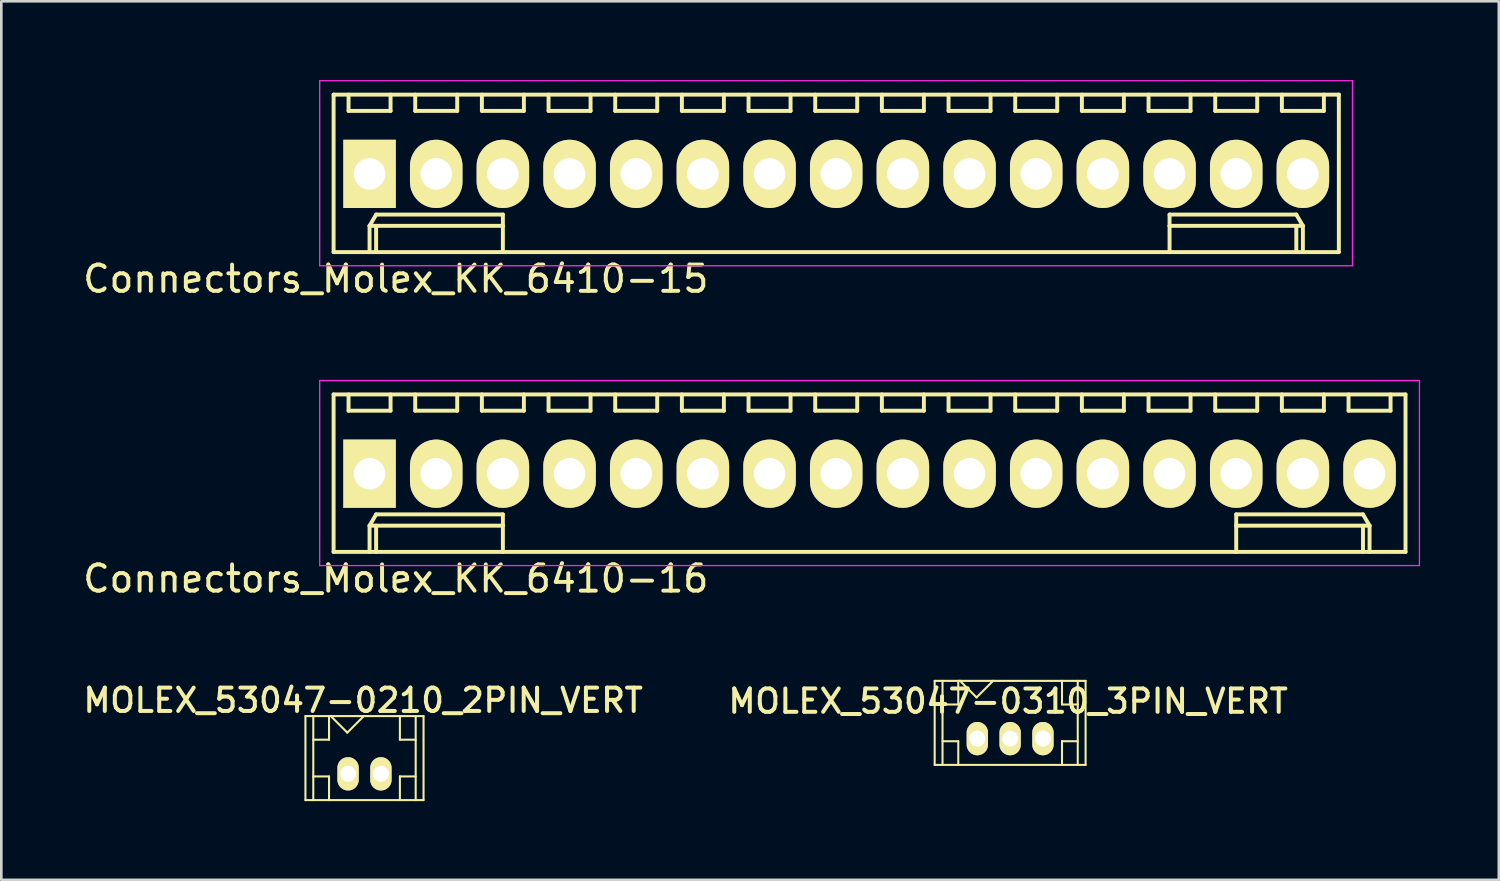
<source format=kicad_pcb>
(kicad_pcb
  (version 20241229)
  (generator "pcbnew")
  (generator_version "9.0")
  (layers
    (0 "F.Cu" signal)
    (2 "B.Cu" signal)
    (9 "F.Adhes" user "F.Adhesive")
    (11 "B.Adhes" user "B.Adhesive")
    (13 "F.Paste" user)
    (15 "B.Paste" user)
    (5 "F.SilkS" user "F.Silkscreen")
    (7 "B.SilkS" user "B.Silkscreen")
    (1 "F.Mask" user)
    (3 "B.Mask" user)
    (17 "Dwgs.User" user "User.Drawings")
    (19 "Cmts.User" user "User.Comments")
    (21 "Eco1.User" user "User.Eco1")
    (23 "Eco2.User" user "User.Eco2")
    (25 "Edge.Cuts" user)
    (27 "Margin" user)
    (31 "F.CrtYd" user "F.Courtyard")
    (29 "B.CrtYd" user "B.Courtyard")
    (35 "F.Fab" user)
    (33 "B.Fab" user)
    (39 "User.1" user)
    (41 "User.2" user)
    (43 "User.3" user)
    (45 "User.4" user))
  (footprint "MOLEX_53047-0210_2PIN_VERT"
    (layer "F.Cu")
    (at 10.837 26.433)
    (property "Reference" "MOLEX_53047-0210_2PIN_VERT" (at -0.051 -2.799 0) (layer "F.SilkS") (effects (font (size 0.889 0.889) (thickness 0.152))))
    (attr through_hole)
    (fp_line (start -2.25 -2.2) (end -2.25 1.001) (stroke (width 0.079) (type solid)) (layer "F.SilkS"))
    (fp_line (start -2.25 1.001) (end 2.25 1.001) (stroke (width 0.079) (type solid)) (layer "F.SilkS"))
    (fp_line (start -1.951 -2.2) (end -1.951 1.001) (stroke (width 0.079) (type solid)) (layer "F.SilkS"))
    (fp_line (start -1.951 -1.3) (end -1.351 -1.3) (stroke (width 0.079) (type solid)) (layer "F.SilkS"))
    (fp_line (start -1.951 0.099) (end -1.351 0.099) (stroke (width 0.079) (type solid)) (layer "F.SilkS"))
    (fp_line (start -1.351 -1.3) (end -1.351 -2.2) (stroke (width 0.079) (type solid)) (layer "F.SilkS"))
    (fp_line (start -1.351 0.099) (end -1.351 1.001) (stroke (width 0.079) (type solid)) (layer "F.SilkS"))
    (fp_line (start -1.29 -2.205) (end -0.655 -1.57) (stroke (width 0.079) (type solid)) (layer "F.SilkS"))
    (fp_line (start -0.655 -1.57) (end -0.02 -2.205) (stroke (width 0.079) (type solid)) (layer "F.SilkS"))
    (fp_line (start 1.349 -1.3) (end 1.349 -2.2) (stroke (width 0.079) (type solid)) (layer "F.SilkS"))
    (fp_line (start 1.349 0.099) (end 1.349 1.001) (stroke (width 0.079) (type solid)) (layer "F.SilkS"))
    (fp_line (start 1.948 -1.3) (end 1.349 -1.3) (stroke (width 0.079) (type solid)) (layer "F.SilkS"))
    (fp_line (start 1.948 0.099) (end 1.349 0.099) (stroke (width 0.079) (type solid)) (layer "F.SilkS"))
    (fp_line (start 1.951 -2.2) (end 1.951 1.001) (stroke (width 0.079) (type solid)) (layer "F.SilkS"))
    (fp_line (start 2.25 -2.2) (end -2.25 -2.2) (stroke (width 0.079) (type solid)) (layer "F.SilkS"))
    (fp_line (start 2.25 -2.2) (end 2.25 1.001) (stroke (width 0.079) (type solid)) (layer "F.SilkS"))
    (pad "1" thru_hole oval (at -0.625 0) (size 0.813 1.27) (drill 0.61) (layers "*.Cu" "*.Mask" "F.SilkS"))
    (pad "2" thru_hole oval (at 0.625 0) (size 0.813 1.27) (drill 0.61) (layers "*.Cu" "*.Mask" "F.SilkS")))
  (footprint "Connectors_Molex_KK_6410-16"
    (layer "F.Cu")
    (at 11.03 14.998)
    (property "Reference" "Connectors_Molex_KK_6410-16" (at 1 4 0) (layer "F.SilkS") (effects (font (size 1 1) (thickness 0.15))))
    (attr through_hole)
    (fp_line (start -1.37 -3.02) (end -1.37 2.98) (stroke (width 0.15) (type solid)) (layer "F.SilkS"))
    (fp_line (start -1.37 2.98) (end 39.47 2.98) (stroke (width 0.15) (type solid)) (layer "F.SilkS"))
    (fp_line (start -0.8 -3.02) (end -0.8 -2.4) (stroke (width 0.15) (type solid)) (layer "F.SilkS"))
    (fp_line (start -0.8 -2.4) (end 0.8 -2.4) (stroke (width 0.15) (type solid)) (layer "F.SilkS"))
    (fp_line (start 0 1.98) (end 0.25 1.55) (stroke (width 0.15) (type solid)) (layer "F.SilkS"))
    (fp_line (start 0 1.98) (end 5.08 1.98) (stroke (width 0.15) (type solid)) (layer "F.SilkS"))
    (fp_line (start 0 2.98) (end 0 1.98) (stroke (width 0.15) (type solid)) (layer "F.SilkS"))
    (fp_line (start 0.25 1.55) (end 5.08 1.55) (stroke (width 0.15) (type solid)) (layer "F.SilkS"))
    (fp_line (start 0.25 2.98) (end 0.25 1.98) (stroke (width 0.15) (type solid)) (layer "F.SilkS"))
    (fp_line (start 0.8 -2.4) (end 0.8 -3.02) (stroke (width 0.15) (type solid)) (layer "F.SilkS"))
    (fp_line (start 1.74 -3.02) (end 1.74 -2.4) (stroke (width 0.15) (type solid)) (layer "F.SilkS"))
    (fp_line (start 1.74 -2.4) (end 3.34 -2.4) (stroke (width 0.15) (type solid)) (layer "F.SilkS"))
    (fp_line (start 3.34 -2.4) (end 3.34 -3.02) (stroke (width 0.15) (type solid)) (layer "F.SilkS"))
    (fp_line (start 4.28 -3.02) (end 4.28 -2.4) (stroke (width 0.15) (type solid)) (layer "F.SilkS"))
    (fp_line (start 4.28 -2.4) (end 5.88 -2.4) (stroke (width 0.15) (type solid)) (layer "F.SilkS"))
    (fp_line (start 5.08 1.55) (end 5.08 1.98) (stroke (width 0.15) (type solid)) (layer "F.SilkS"))
    (fp_line (start 5.08 1.98) (end 5.08 2.98) (stroke (width 0.15) (type solid)) (layer "F.SilkS"))
    (fp_line (start 5.88 -2.4) (end 5.88 -3.02) (stroke (width 0.15) (type solid)) (layer "F.SilkS"))
    (fp_line (start 6.82 -3.02) (end 6.82 -2.4) (stroke (width 0.15) (type solid)) (layer "F.SilkS"))
    (fp_line (start 6.82 -2.4) (end 8.42 -2.4) (stroke (width 0.15) (type solid)) (layer "F.SilkS"))
    (fp_line (start 8.42 -2.4) (end 8.42 -3.02) (stroke (width 0.15) (type solid)) (layer "F.SilkS"))
    (fp_line (start 9.36 -3.02) (end 9.36 -2.4) (stroke (width 0.15) (type solid)) (layer "F.SilkS"))
    (fp_line (start 9.36 -2.4) (end 10.96 -2.4) (stroke (width 0.15) (type solid)) (layer "F.SilkS"))
    (fp_line (start 10.96 -2.4) (end 10.96 -3.02) (stroke (width 0.15) (type solid)) (layer "F.SilkS"))
    (fp_line (start 11.9 -3.02) (end 11.9 -2.4) (stroke (width 0.15) (type solid)) (layer "F.SilkS"))
    (fp_line (start 11.9 -2.4) (end 13.5 -2.4) (stroke (width 0.15) (type solid)) (layer "F.SilkS"))
    (fp_line (start 13.5 -2.4) (end 13.5 -3.02) (stroke (width 0.15) (type solid)) (layer "F.SilkS"))
    (fp_line (start 14.44 -3.02) (end 14.44 -2.4) (stroke (width 0.15) (type solid)) (layer "F.SilkS"))
    (fp_line (start 14.44 -2.4) (end 16.04 -2.4) (stroke (width 0.15) (type solid)) (layer "F.SilkS"))
    (fp_line (start 16.04 -2.4) (end 16.04 -3.02) (stroke (width 0.15) (type solid)) (layer "F.SilkS"))
    (fp_line (start 16.98 -3.02) (end 16.98 -2.4) (stroke (width 0.15) (type solid)) (layer "F.SilkS"))
    (fp_line (start 16.98 -2.4) (end 18.58 -2.4) (stroke (width 0.15) (type solid)) (layer "F.SilkS"))
    (fp_line (start 18.58 -2.4) (end 18.58 -3.02) (stroke (width 0.15) (type solid)) (layer "F.SilkS"))
    (fp_line (start 19.52 -3.02) (end 19.52 -2.4) (stroke (width 0.15) (type solid)) (layer "F.SilkS"))
    (fp_line (start 19.52 -2.4) (end 21.12 -2.4) (stroke (width 0.15) (type solid)) (layer "F.SilkS"))
    (fp_line (start 21.12 -2.4) (end 21.12 -3.02) (stroke (width 0.15) (type solid)) (layer "F.SilkS"))
    (fp_line (start 22.06 -3.02) (end 22.06 -2.4) (stroke (width 0.15) (type solid)) (layer "F.SilkS"))
    (fp_line (start 22.06 -2.4) (end 23.66 -2.4) (stroke (width 0.15) (type solid)) (layer "F.SilkS"))
    (fp_line (start 23.66 -2.4) (end 23.66 -3.02) (stroke (width 0.15) (type solid)) (layer "F.SilkS"))
    (fp_line (start 24.6 -3.02) (end 24.6 -2.4) (stroke (width 0.15) (type solid)) (layer "F.SilkS"))
    (fp_line (start 24.6 -2.4) (end 26.2 -2.4) (stroke (width 0.15) (type solid)) (layer "F.SilkS"))
    (fp_line (start 26.2 -2.4) (end 26.2 -3.02) (stroke (width 0.15) (type solid)) (layer "F.SilkS"))
    (fp_line (start 27.14 -3.02) (end 27.14 -2.4) (stroke (width 0.15) (type solid)) (layer "F.SilkS"))
    (fp_line (start 27.14 -2.4) (end 28.74 -2.4) (stroke (width 0.15) (type solid)) (layer "F.SilkS"))
    (fp_line (start 28.74 -2.4) (end 28.74 -3.02) (stroke (width 0.15) (type solid)) (layer "F.SilkS"))
    (fp_line (start 29.68 -3.02) (end 29.68 -2.4) (stroke (width 0.15) (type solid)) (layer "F.SilkS"))
    (fp_line (start 29.68 -2.4) (end 31.28 -2.4) (stroke (width 0.15) (type solid)) (layer "F.SilkS"))
    (fp_line (start 31.28 -2.4) (end 31.28 -3.02) (stroke (width 0.15) (type solid)) (layer "F.SilkS"))
    (fp_line (start 32.22 -3.02) (end 32.22 -2.4) (stroke (width 0.15) (type solid)) (layer "F.SilkS"))
    (fp_line (start 32.22 -2.4) (end 33.82 -2.4) (stroke (width 0.15) (type solid)) (layer "F.SilkS"))
    (fp_line (start 33.02 1.55) (end 33.02 1.98) (stroke (width 0.15) (type solid)) (layer "F.SilkS"))
    (fp_line (start 33.02 1.98) (end 33.02 2.98) (stroke (width 0.15) (type solid)) (layer "F.SilkS"))
    (fp_line (start 33.82 -2.4) (end 33.82 -3.02) (stroke (width 0.15) (type solid)) (layer "F.SilkS"))
    (fp_line (start 34.76 -3.02) (end 34.76 -2.4) (stroke (width 0.15) (type solid)) (layer "F.SilkS"))
    (fp_line (start 34.76 -2.4) (end 36.36 -2.4) (stroke (width 0.15) (type solid)) (layer "F.SilkS"))
    (fp_line (start 36.36 -2.4) (end 36.36 -3.02) (stroke (width 0.15) (type solid)) (layer "F.SilkS"))
    (fp_line (start 37.3 -3.02) (end 37.3 -2.4) (stroke (width 0.15) (type solid)) (layer "F.SilkS"))
    (fp_line (start 37.3 -2.4) (end 38.9 -2.4) (stroke (width 0.15) (type solid)) (layer "F.SilkS"))
    (fp_line (start 37.85 1.55) (end 33.02 1.55) (stroke (width 0.15) (type solid)) (layer "F.SilkS"))
    (fp_line (start 37.85 2.98) (end 37.85 1.98) (stroke (width 0.15) (type solid)) (layer "F.SilkS"))
    (fp_line (start 38.1 1.98) (end 33.02 1.98) (stroke (width 0.15) (type solid)) (layer "F.SilkS"))
    (fp_line (start 38.1 1.98) (end 37.85 1.55) (stroke (width 0.15) (type solid)) (layer "F.SilkS"))
    (fp_line (start 38.1 2.98) (end 38.1 1.98) (stroke (width 0.15) (type solid)) (layer "F.SilkS"))
    (fp_line (start 38.9 -2.4) (end 38.9 -3.02) (stroke (width 0.15) (type solid)) (layer "F.SilkS"))
    (fp_line (start 39.47 -3.02) (end -1.37 -3.02) (stroke (width 0.15) (type solid)) (layer "F.SilkS"))
    (fp_line (start 39.47 2.98) (end 39.47 -3.02) (stroke (width 0.15) (type solid)) (layer "F.SilkS"))
    (fp_line (start -1.9 -3.55) (end 40 -3.55) (stroke (width 0.05) (type solid)) (layer "F.CrtYd"))
    (fp_line (start -1.9 3.5) (end -1.9 -3.55) (stroke (width 0.05) (type solid)) (layer "F.CrtYd"))
    (fp_line (start 40 -3.55) (end 40 3.5) (stroke (width 0.05) (type solid)) (layer "F.CrtYd"))
    (fp_line (start 40 3.5) (end -1.9 3.5) (stroke (width 0.05) (type solid)) (layer "F.CrtYd"))
    (pad "1" thru_hole rect (at 0 0) (size 2 2.6) (drill 1.2) (layers "*.Cu" "*.Mask" "F.SilkS"))
    (pad "2" thru_hole oval (at 2.54 0) (size 2 2.6) (drill 1.2) (layers "*.Cu" "*.Mask" "F.SilkS"))
    (pad "3" thru_hole oval (at 5.08 0) (size 2 2.6) (drill 1.2) (layers "*.Cu" "*.Mask" "F.SilkS"))
    (pad "4" thru_hole oval (at 7.62 0) (size 2 2.6) (drill 1.2) (layers "*.Cu" "*.Mask" "F.SilkS"))
    (pad "5" thru_hole oval (at 10.16 0) (size 2 2.6) (drill 1.2) (layers "*.Cu" "*.Mask" "F.SilkS"))
    (pad "6" thru_hole oval (at 12.7 0) (size 2 2.6) (drill 1.2) (layers "*.Cu" "*.Mask" "F.SilkS"))
    (pad "7" thru_hole oval (at 15.24 0) (size 2 2.6) (drill 1.2) (layers "*.Cu" "*.Mask" "F.SilkS"))
    (pad "8" thru_hole oval (at 17.78 0) (size 2 2.6) (drill 1.2) (layers "*.Cu" "*.Mask" "F.SilkS"))
    (pad "9" thru_hole oval (at 20.32 0) (size 2 2.6) (drill 1.2) (layers "*.Cu" "*.Mask" "F.SilkS"))
    (pad "10" thru_hole oval (at 22.86 0) (size 2 2.6) (drill 1.2) (layers "*.Cu" "*.Mask" "F.SilkS"))
    (pad "11" thru_hole oval (at 25.4 0) (size 2 2.6) (drill 1.2) (layers "*.Cu" "*.Mask" "F.SilkS"))
    (pad "12" thru_hole oval (at 27.94 0) (size 2 2.6) (drill 1.2) (layers "*.Cu" "*.Mask" "F.SilkS"))
    (pad "13" thru_hole oval (at 30.48 0) (size 2 2.6) (drill 1.2) (layers "*.Cu" "*.Mask" "F.SilkS"))
    (pad "14" thru_hole oval (at 33.02 0) (size 2 2.6) (drill 1.2) (layers "*.Cu" "*.Mask" "F.SilkS"))
    (pad "15" thru_hole oval (at 35.56 0) (size 2 2.6) (drill 1.2) (layers "*.Cu" "*.Mask" "F.SilkS"))
    (pad "16" thru_hole oval (at 38.1 0) (size 2 2.6) (drill 1.2) (layers "*.Cu" "*.Mask" "F.SilkS")))
  (footprint "Connectors_Molex_KK_6410-15"
    (layer "F.Cu")
    (at 11.03 3.575)
    (property "Reference" "Connectors_Molex_KK_6410-15" (at 1 4 0) (layer "F.SilkS") (effects (font (size 1 1) (thickness 0.15))))
    (attr through_hole)
    (fp_line (start -1.37 -3.02) (end -1.37 2.98) (stroke (width 0.15) (type solid)) (layer "F.SilkS"))
    (fp_line (start -1.37 2.98) (end 36.93 2.98) (stroke (width 0.15) (type solid)) (layer "F.SilkS"))
    (fp_line (start -0.8 -3.02) (end -0.8 -2.4) (stroke (width 0.15) (type solid)) (layer "F.SilkS"))
    (fp_line (start -0.8 -2.4) (end 0.8 -2.4) (stroke (width 0.15) (type solid)) (layer "F.SilkS"))
    (fp_line (start 0 1.98) (end 0.25 1.55) (stroke (width 0.15) (type solid)) (layer "F.SilkS"))
    (fp_line (start 0 1.98) (end 5.08 1.98) (stroke (width 0.15) (type solid)) (layer "F.SilkS"))
    (fp_line (start 0 2.98) (end 0 1.98) (stroke (width 0.15) (type solid)) (layer "F.SilkS"))
    (fp_line (start 0.25 1.55) (end 5.08 1.55) (stroke (width 0.15) (type solid)) (layer "F.SilkS"))
    (fp_line (start 0.25 2.98) (end 0.25 1.98) (stroke (width 0.15) (type solid)) (layer "F.SilkS"))
    (fp_line (start 0.8 -2.4) (end 0.8 -3.02) (stroke (width 0.15) (type solid)) (layer "F.SilkS"))
    (fp_line (start 1.74 -3.02) (end 1.74 -2.4) (stroke (width 0.15) (type solid)) (layer "F.SilkS"))
    (fp_line (start 1.74 -2.4) (end 3.34 -2.4) (stroke (width 0.15) (type solid)) (layer "F.SilkS"))
    (fp_line (start 3.34 -2.4) (end 3.34 -3.02) (stroke (width 0.15) (type solid)) (layer "F.SilkS"))
    (fp_line (start 4.28 -3.02) (end 4.28 -2.4) (stroke (width 0.15) (type solid)) (layer "F.SilkS"))
    (fp_line (start 4.28 -2.4) (end 5.88 -2.4) (stroke (width 0.15) (type solid)) (layer "F.SilkS"))
    (fp_line (start 5.08 1.55) (end 5.08 1.98) (stroke (width 0.15) (type solid)) (layer "F.SilkS"))
    (fp_line (start 5.08 1.98) (end 5.08 2.98) (stroke (width 0.15) (type solid)) (layer "F.SilkS"))
    (fp_line (start 5.88 -2.4) (end 5.88 -3.02) (stroke (width 0.15) (type solid)) (layer "F.SilkS"))
    (fp_line (start 6.82 -3.02) (end 6.82 -2.4) (stroke (width 0.15) (type solid)) (layer "F.SilkS"))
    (fp_line (start 6.82 -2.4) (end 8.42 -2.4) (stroke (width 0.15) (type solid)) (layer "F.SilkS"))
    (fp_line (start 8.42 -2.4) (end 8.42 -3.02) (stroke (width 0.15) (type solid)) (layer "F.SilkS"))
    (fp_line (start 9.36 -3.02) (end 9.36 -2.4) (stroke (width 0.15) (type solid)) (layer "F.SilkS"))
    (fp_line (start 9.36 -2.4) (end 10.96 -2.4) (stroke (width 0.15) (type solid)) (layer "F.SilkS"))
    (fp_line (start 10.96 -2.4) (end 10.96 -3.02) (stroke (width 0.15) (type solid)) (layer "F.SilkS"))
    (fp_line (start 11.9 -3.02) (end 11.9 -2.4) (stroke (width 0.15) (type solid)) (layer "F.SilkS"))
    (fp_line (start 11.9 -2.4) (end 13.5 -2.4) (stroke (width 0.15) (type solid)) (layer "F.SilkS"))
    (fp_line (start 13.5 -2.4) (end 13.5 -3.02) (stroke (width 0.15) (type solid)) (layer "F.SilkS"))
    (fp_line (start 14.44 -3.02) (end 14.44 -2.4) (stroke (width 0.15) (type solid)) (layer "F.SilkS"))
    (fp_line (start 14.44 -2.4) (end 16.04 -2.4) (stroke (width 0.15) (type solid)) (layer "F.SilkS"))
    (fp_line (start 16.04 -2.4) (end 16.04 -3.02) (stroke (width 0.15) (type solid)) (layer "F.SilkS"))
    (fp_line (start 16.98 -3.02) (end 16.98 -2.4) (stroke (width 0.15) (type solid)) (layer "F.SilkS"))
    (fp_line (start 16.98 -2.4) (end 18.58 -2.4) (stroke (width 0.15) (type solid)) (layer "F.SilkS"))
    (fp_line (start 18.58 -2.4) (end 18.58 -3.02) (stroke (width 0.15) (type solid)) (layer "F.SilkS"))
    (fp_line (start 19.52 -3.02) (end 19.52 -2.4) (stroke (width 0.15) (type solid)) (layer "F.SilkS"))
    (fp_line (start 19.52 -2.4) (end 21.12 -2.4) (stroke (width 0.15) (type solid)) (layer "F.SilkS"))
    (fp_line (start 21.12 -2.4) (end 21.12 -3.02) (stroke (width 0.15) (type solid)) (layer "F.SilkS"))
    (fp_line (start 22.06 -3.02) (end 22.06 -2.4) (stroke (width 0.15) (type solid)) (layer "F.SilkS"))
    (fp_line (start 22.06 -2.4) (end 23.66 -2.4) (stroke (width 0.15) (type solid)) (layer "F.SilkS"))
    (fp_line (start 23.66 -2.4) (end 23.66 -3.02) (stroke (width 0.15) (type solid)) (layer "F.SilkS"))
    (fp_line (start 24.6 -3.02) (end 24.6 -2.4) (stroke (width 0.15) (type solid)) (layer "F.SilkS"))
    (fp_line (start 24.6 -2.4) (end 26.2 -2.4) (stroke (width 0.15) (type solid)) (layer "F.SilkS"))
    (fp_line (start 26.2 -2.4) (end 26.2 -3.02) (stroke (width 0.15) (type solid)) (layer "F.SilkS"))
    (fp_line (start 27.14 -3.02) (end 27.14 -2.4) (stroke (width 0.15) (type solid)) (layer "F.SilkS"))
    (fp_line (start 27.14 -2.4) (end 28.74 -2.4) (stroke (width 0.15) (type solid)) (layer "F.SilkS"))
    (fp_line (start 28.74 -2.4) (end 28.74 -3.02) (stroke (width 0.15) (type solid)) (layer "F.SilkS"))
    (fp_line (start 29.68 -3.02) (end 29.68 -2.4) (stroke (width 0.15) (type solid)) (layer "F.SilkS"))
    (fp_line (start 29.68 -2.4) (end 31.28 -2.4) (stroke (width 0.15) (type solid)) (layer "F.SilkS"))
    (fp_line (start 30.48 1.55) (end 30.48 1.98) (stroke (width 0.15) (type solid)) (layer "F.SilkS"))
    (fp_line (start 30.48 1.98) (end 30.48 2.98) (stroke (width 0.15) (type solid)) (layer "F.SilkS"))
    (fp_line (start 31.28 -2.4) (end 31.28 -3.02) (stroke (width 0.15) (type solid)) (layer "F.SilkS"))
    (fp_line (start 32.22 -3.02) (end 32.22 -2.4) (stroke (width 0.15) (type solid)) (layer "F.SilkS"))
    (fp_line (start 32.22 -2.4) (end 33.82 -2.4) (stroke (width 0.15) (type solid)) (layer "F.SilkS"))
    (fp_line (start 33.82 -2.4) (end 33.82 -3.02) (stroke (width 0.15) (type solid)) (layer "F.SilkS"))
    (fp_line (start 34.76 -3.02) (end 34.76 -2.4) (stroke (width 0.15) (type solid)) (layer "F.SilkS"))
    (fp_line (start 34.76 -2.4) (end 36.36 -2.4) (stroke (width 0.15) (type solid)) (layer "F.SilkS"))
    (fp_line (start 35.31 1.55) (end 30.48 1.55) (stroke (width 0.15) (type solid)) (layer "F.SilkS"))
    (fp_line (start 35.31 2.98) (end 35.31 1.98) (stroke (width 0.15) (type solid)) (layer "F.SilkS"))
    (fp_line (start 35.56 1.98) (end 30.48 1.98) (stroke (width 0.15) (type solid)) (layer "F.SilkS"))
    (fp_line (start 35.56 1.98) (end 35.31 1.55) (stroke (width 0.15) (type solid)) (layer "F.SilkS"))
    (fp_line (start 35.56 2.98) (end 35.56 1.98) (stroke (width 0.15) (type solid)) (layer "F.SilkS"))
    (fp_line (start 36.36 -2.4) (end 36.36 -3.02) (stroke (width 0.15) (type solid)) (layer "F.SilkS"))
    (fp_line (start 36.93 -3.02) (end -1.37 -3.02) (stroke (width 0.15) (type solid)) (layer "F.SilkS"))
    (fp_line (start 36.93 2.98) (end 36.93 -3.02) (stroke (width 0.15) (type solid)) (layer "F.SilkS"))
    (fp_line (start -1.9 -3.55) (end 37.45 -3.55) (stroke (width 0.05) (type solid)) (layer "F.CrtYd"))
    (fp_line (start -1.9 3.5) (end -1.9 -3.55) (stroke (width 0.05) (type solid)) (layer "F.CrtYd"))
    (fp_line (start 37.45 -3.55) (end 37.45 3.5) (stroke (width 0.05) (type solid)) (layer "F.CrtYd"))
    (fp_line (start 37.45 3.5) (end -1.9 3.5) (stroke (width 0.05) (type solid)) (layer "F.CrtYd"))
    (pad "1" thru_hole rect (at 0 0) (size 2 2.6) (drill 1.2) (layers "*.Cu" "*.Mask" "F.SilkS"))
    (pad "2" thru_hole oval (at 2.54 0) (size 2 2.6) (drill 1.2) (layers "*.Cu" "*.Mask" "F.SilkS"))
    (pad "3" thru_hole oval (at 5.08 0) (size 2 2.6) (drill 1.2) (layers "*.Cu" "*.Mask" "F.SilkS"))
    (pad "4" thru_hole oval (at 7.62 0) (size 2 2.6) (drill 1.2) (layers "*.Cu" "*.Mask" "F.SilkS"))
    (pad "5" thru_hole oval (at 10.16 0) (size 2 2.6) (drill 1.2) (layers "*.Cu" "*.Mask" "F.SilkS"))
    (pad "6" thru_hole oval (at 12.7 0) (size 2 2.6) (drill 1.2) (layers "*.Cu" "*.Mask" "F.SilkS"))
    (pad "7" thru_hole oval (at 15.24 0) (size 2 2.6) (drill 1.2) (layers "*.Cu" "*.Mask" "F.SilkS"))
    (pad "8" thru_hole oval (at 17.78 0) (size 2 2.6) (drill 1.2) (layers "*.Cu" "*.Mask" "F.SilkS"))
    (pad "9" thru_hole oval (at 20.32 0) (size 2 2.6) (drill 1.2) (layers "*.Cu" "*.Mask" "F.SilkS"))
    (pad "10" thru_hole oval (at 22.86 0) (size 2 2.6) (drill 1.2) (layers "*.Cu" "*.Mask" "F.SilkS"))
    (pad "11" thru_hole oval (at 25.4 0) (size 2 2.6) (drill 1.2) (layers "*.Cu" "*.Mask" "F.SilkS"))
    (pad "12" thru_hole oval (at 27.94 0) (size 2 2.6) (drill 1.2) (layers "*.Cu" "*.Mask" "F.SilkS"))
    (pad "13" thru_hole oval (at 30.48 0) (size 2 2.6) (drill 1.2) (layers "*.Cu" "*.Mask" "F.SilkS"))
    (pad "14" thru_hole oval (at 33.02 0) (size 2 2.6) (drill 1.2) (layers "*.Cu" "*.Mask" "F.SilkS"))
    (pad "15" thru_hole oval (at 35.56 0) (size 2 2.6) (drill 1.2) (layers "*.Cu" "*.Mask" "F.SilkS")))
  (footprint "MOLEX_53047-0310_3PIN_VERT"
    (layer "F.Cu")
    (at 35.436 25.091)
    (property "Reference" "MOLEX_53047-0310_3PIN_VERT" (at -0.076 -1.425 0) (layer "F.SilkS") (effects (font (size 0.889 0.889) (thickness 0.152))))
    (attr through_hole)
    (fp_line (start -2.875 -2.2) (end -2.875 1.001) (stroke (width 0.079) (type solid)) (layer "F.SilkS"))
    (fp_line (start -2.875 1.001) (end 2.875 1.001) (stroke (width 0.079) (type solid)) (layer "F.SilkS"))
    (fp_line (start -2.576 -2.2) (end -2.576 1.001) (stroke (width 0.079) (type solid)) (layer "F.SilkS"))
    (fp_line (start -2.576 -1.3) (end -1.976 -1.3) (stroke (width 0.079) (type solid)) (layer "F.SilkS"))
    (fp_line (start -2.576 0.099) (end -1.976 0.099) (stroke (width 0.079) (type solid)) (layer "F.SilkS"))
    (fp_line (start -1.976 -1.3) (end -1.976 -2.2) (stroke (width 0.079) (type solid)) (layer "F.SilkS"))
    (fp_line (start -1.976 0.099) (end -1.976 1.001) (stroke (width 0.079) (type solid)) (layer "F.SilkS"))
    (fp_line (start -1.915 -2.205) (end -1.28 -1.57) (stroke (width 0.079) (type solid)) (layer "F.SilkS"))
    (fp_line (start -1.28 -1.57) (end -0.645 -2.205) (stroke (width 0.079) (type solid)) (layer "F.SilkS"))
    (fp_line (start 1.976 -1.3) (end 1.976 -2.2) (stroke (width 0.079) (type solid)) (layer "F.SilkS"))
    (fp_line (start 1.976 0.099) (end 1.976 1.001) (stroke (width 0.079) (type solid)) (layer "F.SilkS"))
    (fp_line (start 2.576 -2.2) (end 2.576 1.001) (stroke (width 0.079) (type solid)) (layer "F.SilkS"))
    (fp_line (start 2.576 -1.3) (end 1.976 -1.3) (stroke (width 0.079) (type solid)) (layer "F.SilkS"))
    (fp_line (start 2.576 0.099) (end 1.976 0.099) (stroke (width 0.079) (type solid)) (layer "F.SilkS"))
    (fp_line (start 2.875 -2.2) (end -2.875 -2.2) (stroke (width 0.079) (type solid)) (layer "F.SilkS"))
    (fp_line (start 2.875 -2.2) (end 2.875 1.001) (stroke (width 0.079) (type solid)) (layer "F.SilkS"))
    (pad "1" thru_hole oval (at -1.25 0) (size 0.813 1.27) (drill 0.61) (layers "*.Cu" "*.Mask" "F.SilkS"))
    (pad "2" thru_hole oval (at 0 0) (size 0.813 1.27) (drill 0.61) (layers "*.Cu" "*.Mask" "F.SilkS"))
    (pad "3" thru_hole oval (at 1.25 0) (size 0.813 1.27) (drill 0.61) (layers "*.Cu" "*.Mask" "F.SilkS")))
  (gr_rect
    (start -3 -3)
    (end 54.055 30.473)
    (stroke (width 0.1) (type default))
    (fill no)
    (layer "Edge.Cuts")))
</source>
